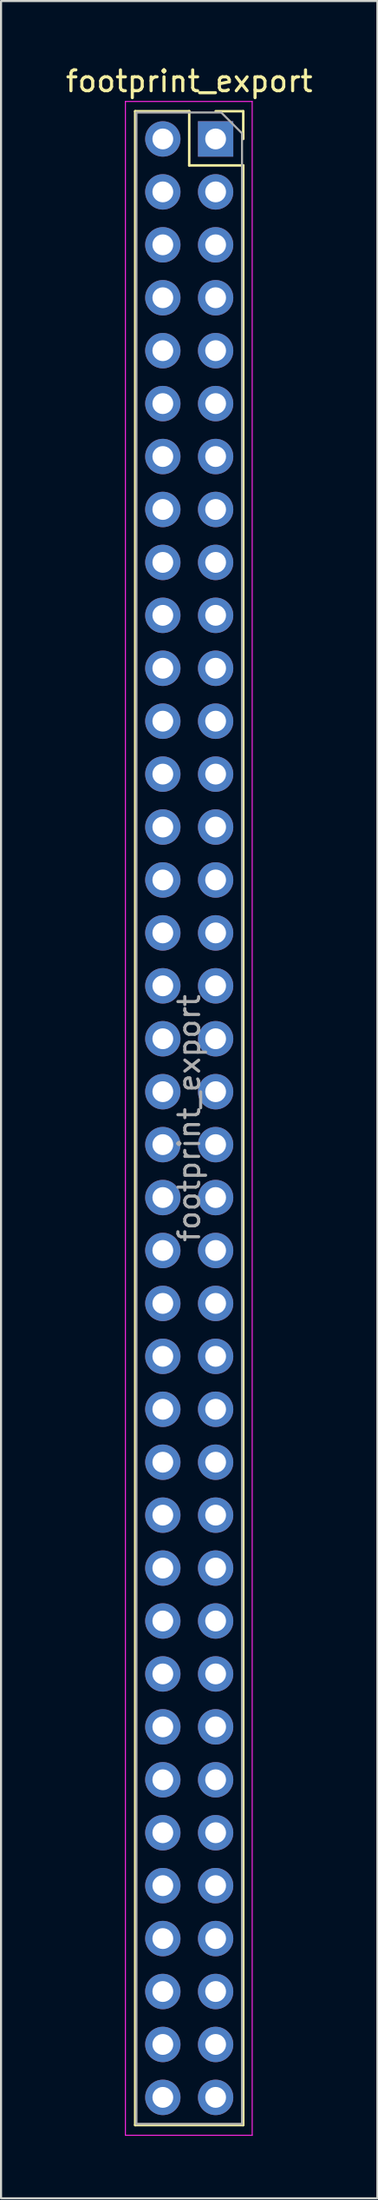
<source format=kicad_pcb>
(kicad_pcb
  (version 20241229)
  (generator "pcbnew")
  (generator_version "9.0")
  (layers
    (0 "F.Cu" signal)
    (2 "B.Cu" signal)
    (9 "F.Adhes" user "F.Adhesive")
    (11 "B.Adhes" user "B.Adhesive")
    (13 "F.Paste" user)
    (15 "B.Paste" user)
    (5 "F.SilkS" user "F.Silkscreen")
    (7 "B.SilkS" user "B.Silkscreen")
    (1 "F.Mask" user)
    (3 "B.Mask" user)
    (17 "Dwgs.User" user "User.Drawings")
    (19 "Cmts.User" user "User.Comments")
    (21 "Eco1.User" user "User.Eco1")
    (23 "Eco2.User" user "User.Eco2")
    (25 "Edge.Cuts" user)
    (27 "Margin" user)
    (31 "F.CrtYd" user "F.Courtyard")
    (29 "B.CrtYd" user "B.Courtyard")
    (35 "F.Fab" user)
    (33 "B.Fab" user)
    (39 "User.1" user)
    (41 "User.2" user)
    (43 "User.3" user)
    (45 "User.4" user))
  (footprint "footprint_export"
    (layer "F.Cu")
    (at 7.324 3.618)
    (property "Reference" "footprint_export" (at -1.27 -2.77 0) (layer "F.SilkS") (effects (font (size 1 1) (thickness 0.15))))
    (attr through_hole)
    (fp_line (start -3.87 -1.33) (end -3.87 95.31) (stroke (width 0.12) (type solid)) (layer "F.SilkS"))
    (fp_line (start -3.87 -1.33) (end -1.27 -1.33) (stroke (width 0.12) (type solid)) (layer "F.SilkS"))
    (fp_line (start -3.87 95.31) (end 1.33 95.31) (stroke (width 0.12) (type solid)) (layer "F.SilkS"))
    (fp_line (start -1.27 -1.33) (end -1.27 1.27) (stroke (width 0.12) (type solid)) (layer "F.SilkS"))
    (fp_line (start -1.27 1.27) (end 1.33 1.27) (stroke (width 0.12) (type solid)) (layer "F.SilkS"))
    (fp_line (start 0 -1.33) (end 1.33 -1.33) (stroke (width 0.12) (type solid)) (layer "F.SilkS"))
    (fp_line (start 1.33 -1.33) (end 1.33 0) (stroke (width 0.12) (type solid)) (layer "F.SilkS"))
    (fp_line (start 1.33 1.27) (end 1.33 95.31) (stroke (width 0.12) (type solid)) (layer "F.SilkS"))
    (fp_line (start -4.34 -1.8) (end 1.76 -1.8) (stroke (width 0.05) (type solid)) (layer "F.CrtYd"))
    (fp_line (start -4.34 95.8) (end -4.34 -1.8) (stroke (width 0.05) (type solid)) (layer "F.CrtYd"))
    (fp_line (start 1.76 -1.8) (end 1.76 95.8) (stroke (width 0.05) (type solid)) (layer "F.CrtYd"))
    (fp_line (start 1.76 95.8) (end -4.34 95.8) (stroke (width 0.05) (type solid)) (layer "F.CrtYd"))
    (fp_line (start -3.81 -1.27) (end 0.27 -1.27) (stroke (width 0.1) (type solid)) (layer "F.Fab"))
    (fp_line (start -3.81 95.25) (end -3.81 -1.27) (stroke (width 0.1) (type solid)) (layer "F.Fab"))
    (fp_line (start 0.27 -1.27) (end 1.27 -0.27) (stroke (width 0.1) (type solid)) (layer "F.Fab"))
    (fp_line (start 1.27 -0.27) (end 1.27 95.25) (stroke (width 0.1) (type solid)) (layer "F.Fab"))
    (fp_line (start 1.27 95.25) (end -3.81 95.25) (stroke (width 0.1) (type solid)) (layer "F.Fab"))
    (fp_text user "${REFERENCE}" (at -1.27 46.99 90) (layer "F.Fab") (effects (font (size 1 1) (thickness 0.15))))
    (pad "1" thru_hole rect (at 0 0) (size 1.7 1.7) (drill 1) (layers "*.Cu" "*.Mask"))
    (pad "2" thru_hole oval (at -2.54 0) (size 1.7 1.7) (drill 1) (layers "*.Cu" "*.Mask"))
    (pad "3" thru_hole oval (at 0 2.54) (size 1.7 1.7) (drill 1) (layers "*.Cu" "*.Mask"))
    (pad "4" thru_hole oval (at -2.54 2.54) (size 1.7 1.7) (drill 1) (layers "*.Cu" "*.Mask"))
    (pad "5" thru_hole oval (at 0 5.08) (size 1.7 1.7) (drill 1) (layers "*.Cu" "*.Mask"))
    (pad "6" thru_hole oval (at -2.54 5.08) (size 1.7 1.7) (drill 1) (layers "*.Cu" "*.Mask"))
    (pad "7" thru_hole oval (at 0 7.62) (size 1.7 1.7) (drill 1) (layers "*.Cu" "*.Mask"))
    (pad "8" thru_hole oval (at -2.54 7.62) (size 1.7 1.7) (drill 1) (layers "*.Cu" "*.Mask"))
    (pad "9" thru_hole oval (at 0 10.16) (size 1.7 1.7) (drill 1) (layers "*.Cu" "*.Mask"))
    (pad "10" thru_hole oval (at -2.54 10.16) (size 1.7 1.7) (drill 1) (layers "*.Cu" "*.Mask"))
    (pad "11" thru_hole oval (at 0 12.7) (size 1.7 1.7) (drill 1) (layers "*.Cu" "*.Mask"))
    (pad "12" thru_hole oval (at -2.54 12.7) (size 1.7 1.7) (drill 1) (layers "*.Cu" "*.Mask"))
    (pad "13" thru_hole oval (at 0 15.24) (size 1.7 1.7) (drill 1) (layers "*.Cu" "*.Mask"))
    (pad "14" thru_hole oval (at -2.54 15.24) (size 1.7 1.7) (drill 1) (layers "*.Cu" "*.Mask"))
    (pad "15" thru_hole oval (at 0 17.78) (size 1.7 1.7) (drill 1) (layers "*.Cu" "*.Mask"))
    (pad "16" thru_hole oval (at -2.54 17.78) (size 1.7 1.7) (drill 1) (layers "*.Cu" "*.Mask"))
    (pad "17" thru_hole oval (at 0 20.32) (size 1.7 1.7) (drill 1) (layers "*.Cu" "*.Mask"))
    (pad "18" thru_hole oval (at -2.54 20.32) (size 1.7 1.7) (drill 1) (layers "*.Cu" "*.Mask"))
    (pad "19" thru_hole oval (at 0 22.86) (size 1.7 1.7) (drill 1) (layers "*.Cu" "*.Mask"))
    (pad "20" thru_hole oval (at -2.54 22.86) (size 1.7 1.7) (drill 1) (layers "*.Cu" "*.Mask"))
    (pad "21" thru_hole oval (at 0 25.4) (size 1.7 1.7) (drill 1) (layers "*.Cu" "*.Mask"))
    (pad "22" thru_hole oval (at -2.54 25.4) (size 1.7 1.7) (drill 1) (layers "*.Cu" "*.Mask"))
    (pad "23" thru_hole oval (at 0 27.94) (size 1.7 1.7) (drill 1) (layers "*.Cu" "*.Mask"))
    (pad "24" thru_hole oval (at -2.54 27.94) (size 1.7 1.7) (drill 1) (layers "*.Cu" "*.Mask"))
    (pad "25" thru_hole oval (at 0 30.48) (size 1.7 1.7) (drill 1) (layers "*.Cu" "*.Mask"))
    (pad "26" thru_hole oval (at -2.54 30.48) (size 1.7 1.7) (drill 1) (layers "*.Cu" "*.Mask"))
    (pad "27" thru_hole oval (at 0 33.02) (size 1.7 1.7) (drill 1) (layers "*.Cu" "*.Mask"))
    (pad "28" thru_hole oval (at -2.54 33.02) (size 1.7 1.7) (drill 1) (layers "*.Cu" "*.Mask"))
    (pad "29" thru_hole oval (at 0 35.56) (size 1.7 1.7) (drill 1) (layers "*.Cu" "*.Mask"))
    (pad "30" thru_hole oval (at -2.54 35.56) (size 1.7 1.7) (drill 1) (layers "*.Cu" "*.Mask"))
    (pad "31" thru_hole oval (at 0 38.1) (size 1.7 1.7) (drill 1) (layers "*.Cu" "*.Mask"))
    (pad "32" thru_hole oval (at -2.54 38.1) (size 1.7 1.7) (drill 1) (layers "*.Cu" "*.Mask"))
    (pad "33" thru_hole oval (at 0 40.64) (size 1.7 1.7) (drill 1) (layers "*.Cu" "*.Mask"))
    (pad "34" thru_hole oval (at -2.54 40.64) (size 1.7 1.7) (drill 1) (layers "*.Cu" "*.Mask"))
    (pad "35" thru_hole oval (at 0 43.18) (size 1.7 1.7) (drill 1) (layers "*.Cu" "*.Mask"))
    (pad "36" thru_hole oval (at -2.54 43.18) (size 1.7 1.7) (drill 1) (layers "*.Cu" "*.Mask"))
    (pad "37" thru_hole oval (at 0 45.72) (size 1.7 1.7) (drill 1) (layers "*.Cu" "*.Mask"))
    (pad "38" thru_hole oval (at -2.54 45.72) (size 1.7 1.7) (drill 1) (layers "*.Cu" "*.Mask"))
    (pad "39" thru_hole oval (at 0 48.26) (size 1.7 1.7) (drill 1) (layers "*.Cu" "*.Mask"))
    (pad "40" thru_hole oval (at -2.54 48.26) (size 1.7 1.7) (drill 1) (layers "*.Cu" "*.Mask"))
    (pad "41" thru_hole oval (at 0 50.8) (size 1.7 1.7) (drill 1) (layers "*.Cu" "*.Mask"))
    (pad "42" thru_hole oval (at -2.54 50.8) (size 1.7 1.7) (drill 1) (layers "*.Cu" "*.Mask"))
    (pad "43" thru_hole oval (at 0 53.34) (size 1.7 1.7) (drill 1) (layers "*.Cu" "*.Mask"))
    (pad "44" thru_hole oval (at -2.54 53.34) (size 1.7 1.7) (drill 1) (layers "*.Cu" "*.Mask"))
    (pad "45" thru_hole oval (at 0 55.88) (size 1.7 1.7) (drill 1) (layers "*.Cu" "*.Mask"))
    (pad "46" thru_hole oval (at -2.54 55.88) (size 1.7 1.7) (drill 1) (layers "*.Cu" "*.Mask"))
    (pad "47" thru_hole oval (at 0 58.42) (size 1.7 1.7) (drill 1) (layers "*.Cu" "*.Mask"))
    (pad "48" thru_hole oval (at -2.54 58.42) (size 1.7 1.7) (drill 1) (layers "*.Cu" "*.Mask"))
    (pad "49" thru_hole oval (at 0 60.96) (size 1.7 1.7) (drill 1) (layers "*.Cu" "*.Mask"))
    (pad "50" thru_hole oval (at -2.54 60.96) (size 1.7 1.7) (drill 1) (layers "*.Cu" "*.Mask"))
    (pad "51" thru_hole oval (at 0 63.5) (size 1.7 1.7) (drill 1) (layers "*.Cu" "*.Mask"))
    (pad "52" thru_hole oval (at -2.54 63.5) (size 1.7 1.7) (drill 1) (layers "*.Cu" "*.Mask"))
    (pad "53" thru_hole oval (at 0 66.04) (size 1.7 1.7) (drill 1) (layers "*.Cu" "*.Mask"))
    (pad "54" thru_hole oval (at -2.54 66.04) (size 1.7 1.7) (drill 1) (layers "*.Cu" "*.Mask"))
    (pad "55" thru_hole oval (at 0 68.58) (size 1.7 1.7) (drill 1) (layers "*.Cu" "*.Mask"))
    (pad "56" thru_hole oval (at -2.54 68.58) (size 1.7 1.7) (drill 1) (layers "*.Cu" "*.Mask"))
    (pad "57" thru_hole oval (at 0 71.12) (size 1.7 1.7) (drill 1) (layers "*.Cu" "*.Mask"))
    (pad "58" thru_hole oval (at -2.54 71.12) (size 1.7 1.7) (drill 1) (layers "*.Cu" "*.Mask"))
    (pad "59" thru_hole oval (at 0 73.66) (size 1.7 1.7) (drill 1) (layers "*.Cu" "*.Mask"))
    (pad "60" thru_hole oval (at -2.54 73.66) (size 1.7 1.7) (drill 1) (layers "*.Cu" "*.Mask"))
    (pad "61" thru_hole oval (at 0 76.2) (size 1.7 1.7) (drill 1) (layers "*.Cu" "*.Mask"))
    (pad "62" thru_hole oval (at -2.54 76.2) (size 1.7 1.7) (drill 1) (layers "*.Cu" "*.Mask"))
    (pad "63" thru_hole oval (at 0 78.74) (size 1.7 1.7) (drill 1) (layers "*.Cu" "*.Mask"))
    (pad "64" thru_hole oval (at -2.54 78.74) (size 1.7 1.7) (drill 1) (layers "*.Cu" "*.Mask"))
    (pad "65" thru_hole oval (at 0 81.28) (size 1.7 1.7) (drill 1) (layers "*.Cu" "*.Mask"))
    (pad "66" thru_hole oval (at -2.54 81.28) (size 1.7 1.7) (drill 1) (layers "*.Cu" "*.Mask"))
    (pad "67" thru_hole oval (at 0 83.82) (size 1.7 1.7) (drill 1) (layers "*.Cu" "*.Mask"))
    (pad "68" thru_hole oval (at -2.54 83.82) (size 1.7 1.7) (drill 1) (layers "*.Cu" "*.Mask"))
    (pad "69" thru_hole oval (at 0 86.36) (size 1.7 1.7) (drill 1) (layers "*.Cu" "*.Mask"))
    (pad "70" thru_hole oval (at -2.54 86.36) (size 1.7 1.7) (drill 1) (layers "*.Cu" "*.Mask"))
    (pad "71" thru_hole oval (at 0 88.9) (size 1.7 1.7) (drill 1) (layers "*.Cu" "*.Mask"))
    (pad "72" thru_hole oval (at -2.54 88.9) (size 1.7 1.7) (drill 1) (layers "*.Cu" "*.Mask"))
    (pad "73" thru_hole oval (at 0 91.44) (size 1.7 1.7) (drill 1) (layers "*.Cu" "*.Mask"))
    (pad "74" thru_hole oval (at -2.54 91.44) (size 1.7 1.7) (drill 1) (layers "*.Cu" "*.Mask"))
    (pad "75" thru_hole oval (at 0 93.98) (size 1.7 1.7) (drill 1) (layers "*.Cu" "*.Mask"))
    (pad "76" thru_hole oval (at -2.54 93.98) (size 1.7 1.7) (drill 1) (layers "*.Cu" "*.Mask")))
  (gr_rect
    (start -3 -3)
    (end 15.107 102.443)
    (stroke (width 0.1) (type default))
    (fill no)
    (layer "Edge.Cuts")))
</source>
